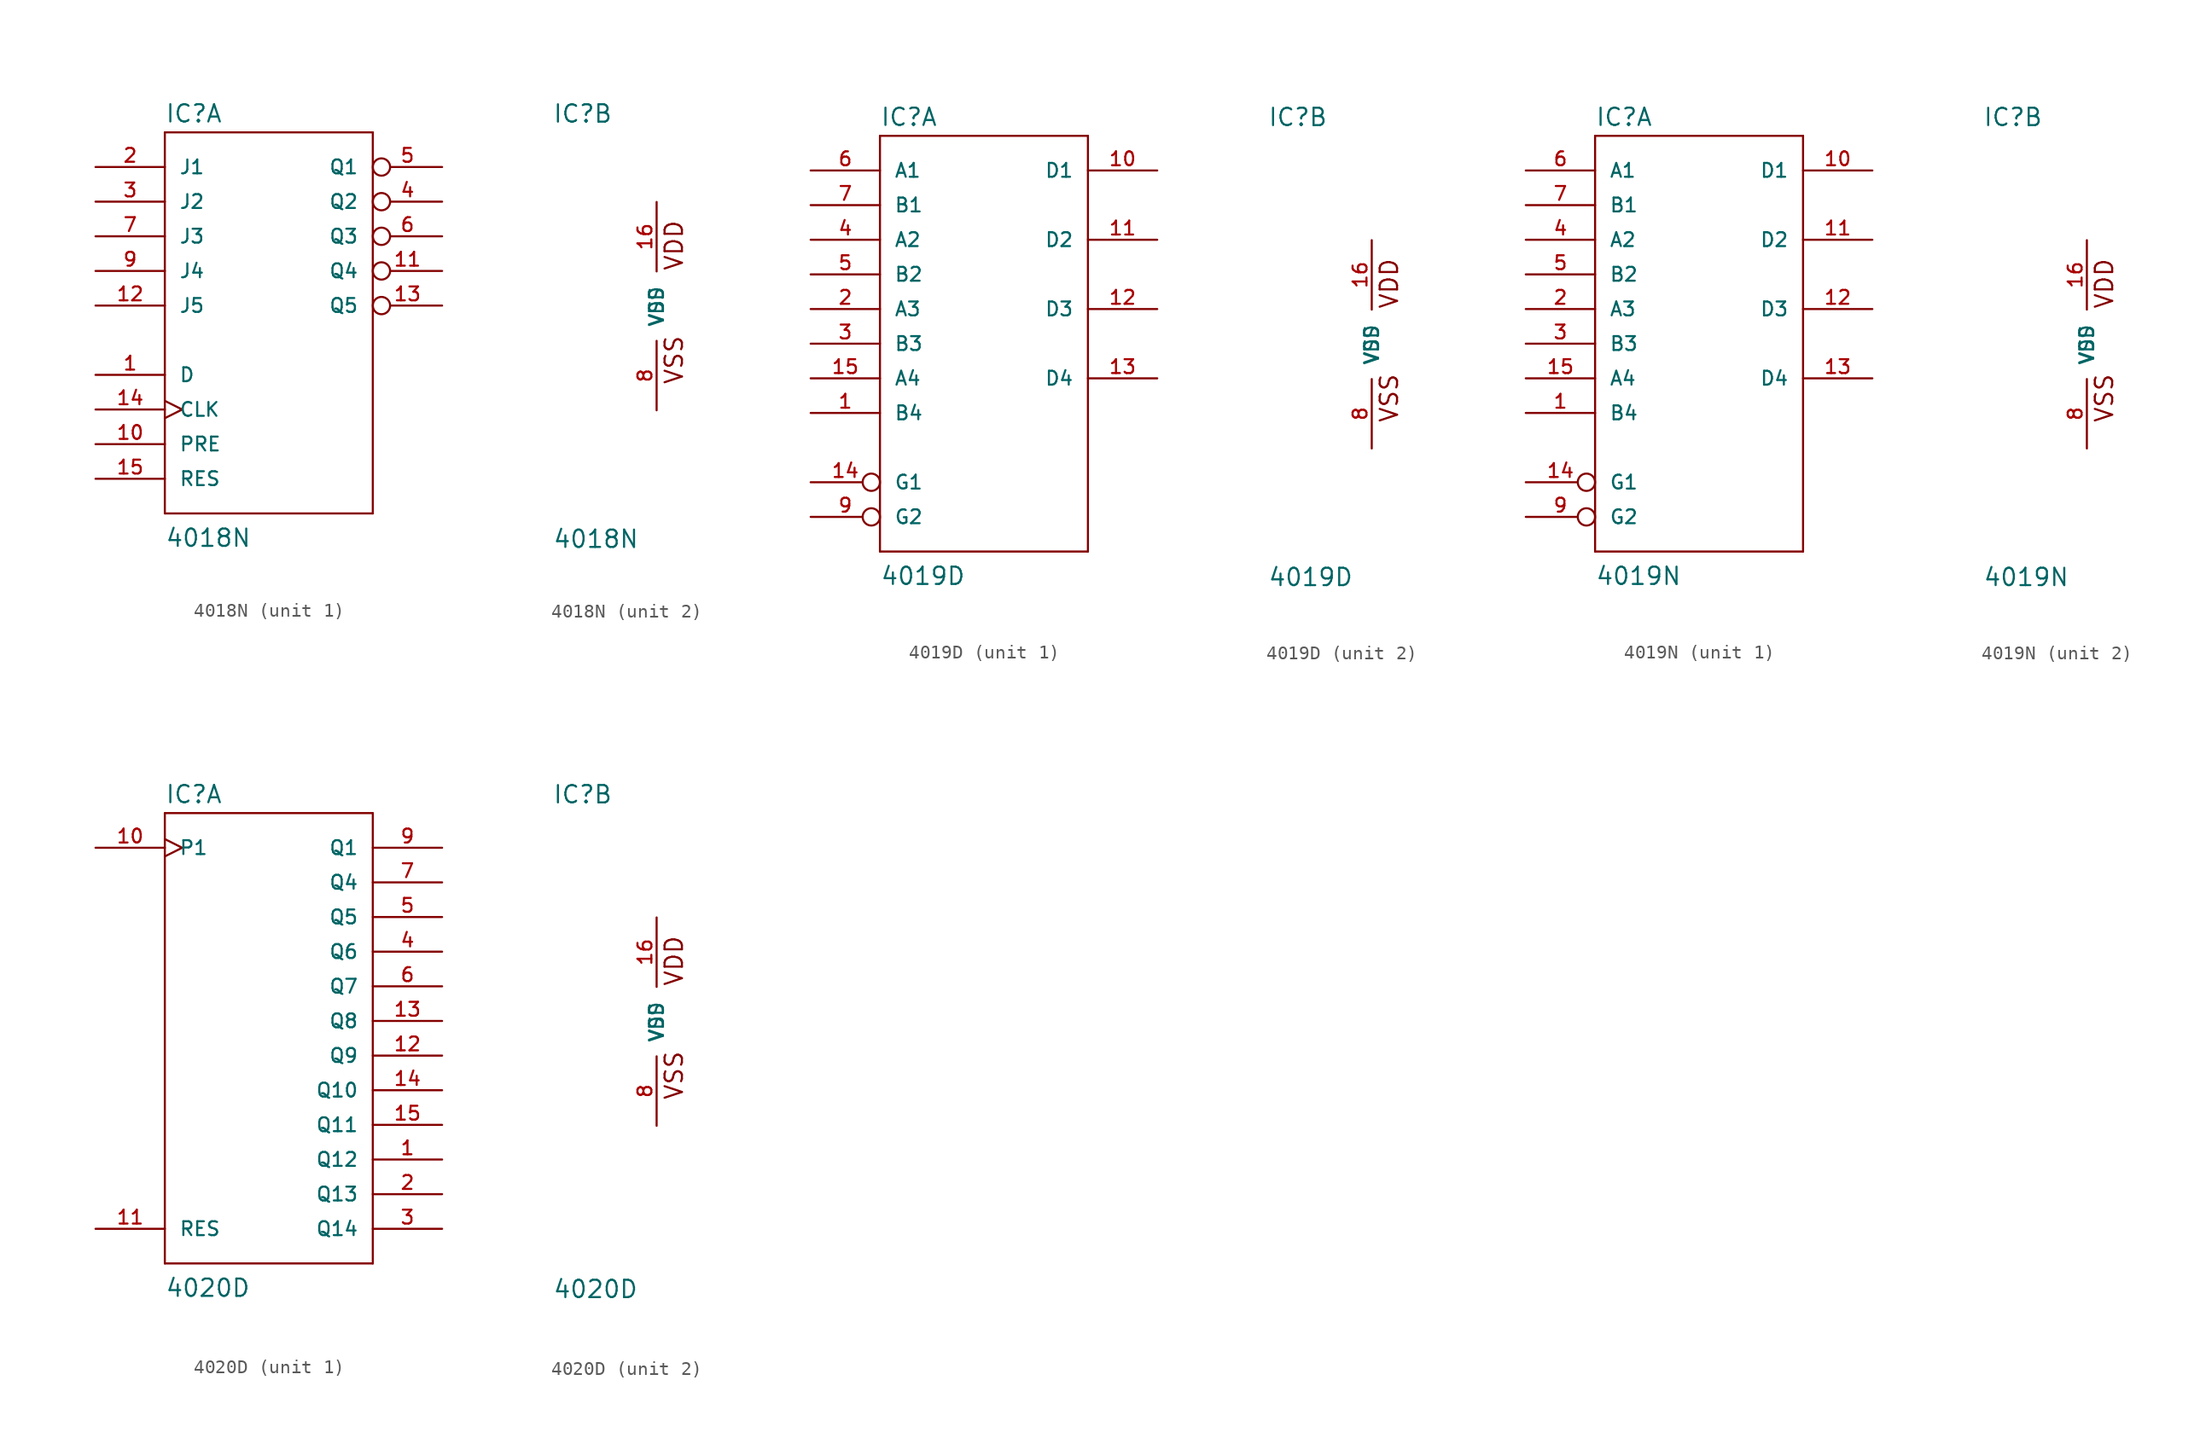
<source format=kicad_sym>
(kicad_symbol_lib
  (version 20211014)
  (generator kicad_symbol_editor)
  (symbol "4018N"
    (pin_names
      (offset 1.016))
    (property "Reference" "IC"
      (at -7.62 13.335 0)
      (effects (font (size 1.27 1.27)) (justify left bottom)))
    (property "Value" "4018N"
      (at -7.62 -17.78 0)
      (effects (font (size 1.27 1.27)) (justify left bottom)))
    (property "ki_locked" ""
      (at 0 0 0)
      (effects (font (size 1.27 1.27))))
    (symbol "4018N_1_0"
      (polyline (pts (xy -7.62 -15.24) (xy 7.62 -15.24)) (stroke (width 0) (type default) (color 0 0 0 0)) (fill (type none)))
      (polyline (pts (xy -7.62 12.7) (xy -7.62 -15.24)) (stroke (width 0) (type default) (color 0 0 0 0)) (fill (type none)))
      (polyline (pts (xy 7.62 -15.24) (xy 7.62 12.7)) (stroke (width 0) (type default) (color 0 0 0 0)) (fill (type none)))
      (polyline (pts (xy 7.62 12.7) (xy -7.62 12.7)) (stroke (width 0) (type default) (color 0 0 0 0)) (fill (type none))))
    (symbol "4018N_1_1"
      (pin input line (at -12.7 -5.08 0) (length 5.08) (name "D" (effects (font (size 1.016 1.016)))) (number "1" (effects (font (size 1.016 1.016)))))
      (pin input line (at -12.7 -10.16 0) (length 5.08) (name "PRE" (effects (font (size 1.016 1.016)))) (number "10" (effects (font (size 1.016 1.016)))))
      (pin output inverted (at 12.7 2.54 180) (length 5.08) (name "Q4" (effects (font (size 1.016 1.016)))) (number "11" (effects (font (size 1.016 1.016)))))
      (pin input line (at -12.7 0 0) (length 5.08) (name "J5" (effects (font (size 1.016 1.016)))) (number "12" (effects (font (size 1.016 1.016)))))
      (pin output inverted (at 12.7 0 180) (length 5.08) (name "Q5" (effects (font (size 1.016 1.016)))) (number "13" (effects (font (size 1.016 1.016)))))
      (pin input clock (at -12.7 -7.62 0) (length 5.08) (name "CLK" (effects (font (size 1.016 1.016)))) (number "14" (effects (font (size 1.016 1.016)))))
      (pin input line (at -12.7 -12.7 0) (length 5.08) (name "RES" (effects (font (size 1.016 1.016)))) (number "15" (effects (font (size 1.016 1.016)))))
      (pin input line (at -12.7 10.16 0) (length 5.08) (name "J1" (effects (font (size 1.016 1.016)))) (number "2" (effects (font (size 1.016 1.016)))))
      (pin input line (at -12.7 7.62 0) (length 5.08) (name "J2" (effects (font (size 1.016 1.016)))) (number "3" (effects (font (size 1.016 1.016)))))
      (pin output inverted (at 12.7 7.62 180) (length 5.08) (name "Q2" (effects (font (size 1.016 1.016)))) (number "4" (effects (font (size 1.016 1.016)))))
      (pin output inverted (at 12.7 10.16 180) (length 5.08) (name "Q1" (effects (font (size 1.016 1.016)))) (number "5" (effects (font (size 1.016 1.016)))))
      (pin output inverted (at 12.7 5.08 180) (length 5.08) (name "Q3" (effects (font (size 1.016 1.016)))) (number "6" (effects (font (size 1.016 1.016)))))
      (pin input line (at -12.7 5.08 0) (length 5.08) (name "J3" (effects (font (size 1.016 1.016)))) (number "7" (effects (font (size 1.016 1.016)))))
      (pin input line (at -12.7 2.54 0) (length 5.08) (name "J4" (effects (font (size 1.016 1.016)))) (number "9" (effects (font (size 1.016 1.016))))))
    (symbol "4018N_2_0"
      (text "VDD" (at 1.27 4.445 1) (effects (font (size 1.27 1.27))))
      (text "VSS" (at 1.27 -3.937 1) (effects (font (size 1.27 1.27)))))
    (symbol "4018N_2_1"
      (pin power_in line (at 0 7.62 270) (length 5.08) (name "VDD" (effects (font (size 1.016 1.016)))) (number "16" (effects (font (size 1.016 1.016)))))
      (pin power_in line (at 0 -7.62 90) (length 5.08) (name "VSS" (effects (font (size 1.016 1.016)))) (number "8" (effects (font (size 1.016 1.016)))))))
  (symbol "4019D"
    (pin_names
      (offset 1.016))
    (property "Reference" "IC"
      (at -7.62 15.875 0)
      (effects (font (size 1.27 1.27)) (justify left bottom)))
    (property "Value" "4019D"
      (at -7.62 -17.78 0)
      (effects (font (size 1.27 1.27)) (justify left bottom)))
    (property "ki_locked" ""
      (at 0 0 0)
      (effects (font (size 1.27 1.27))))
    (symbol "4019D_1_0"
      (polyline (pts (xy -7.62 -15.24) (xy 7.62 -15.24)) (stroke (width 0) (type default) (color 0 0 0 0)) (fill (type none)))
      (polyline (pts (xy -7.62 15.24) (xy -7.62 -15.24)) (stroke (width 0) (type default) (color 0 0 0 0)) (fill (type none)))
      (polyline (pts (xy 7.62 -15.24) (xy 7.62 15.24)) (stroke (width 0) (type default) (color 0 0 0 0)) (fill (type none)))
      (polyline (pts (xy 7.62 15.24) (xy -7.62 15.24)) (stroke (width 0) (type default) (color 0 0 0 0)) (fill (type none))))
    (symbol "4019D_1_1"
      (pin input line (at -12.7 -5.08 0) (length 5.08) (name "B4" (effects (font (size 1.016 1.016)))) (number "1" (effects (font (size 1.016 1.016)))))
      (pin output line (at 12.7 12.7 180) (length 5.08) (name "D1" (effects (font (size 1.016 1.016)))) (number "10" (effects (font (size 1.016 1.016)))))
      (pin output line (at 12.7 7.62 180) (length 5.08) (name "D2" (effects (font (size 1.016 1.016)))) (number "11" (effects (font (size 1.016 1.016)))))
      (pin output line (at 12.7 2.54 180) (length 5.08) (name "D3" (effects (font (size 1.016 1.016)))) (number "12" (effects (font (size 1.016 1.016)))))
      (pin output line (at 12.7 -2.54 180) (length 5.08) (name "D4" (effects (font (size 1.016 1.016)))) (number "13" (effects (font (size 1.016 1.016)))))
      (pin input inverted (at -12.7 -10.16 0) (length 5.08) (name "G1" (effects (font (size 1.016 1.016)))) (number "14" (effects (font (size 1.016 1.016)))))
      (pin input line (at -12.7 -2.54 0) (length 5.08) (name "A4" (effects (font (size 1.016 1.016)))) (number "15" (effects (font (size 1.016 1.016)))))
      (pin input line (at -12.7 2.54 0) (length 5.08) (name "A3" (effects (font (size 1.016 1.016)))) (number "2" (effects (font (size 1.016 1.016)))))
      (pin input line (at -12.7 0 0) (length 5.08) (name "B3" (effects (font (size 1.016 1.016)))) (number "3" (effects (font (size 1.016 1.016)))))
      (pin input line (at -12.7 7.62 0) (length 5.08) (name "A2" (effects (font (size 1.016 1.016)))) (number "4" (effects (font (size 1.016 1.016)))))
      (pin input line (at -12.7 5.08 0) (length 5.08) (name "B2" (effects (font (size 1.016 1.016)))) (number "5" (effects (font (size 1.016 1.016)))))
      (pin input line (at -12.7 12.7 0) (length 5.08) (name "A1" (effects (font (size 1.016 1.016)))) (number "6" (effects (font (size 1.016 1.016)))))
      (pin input line (at -12.7 10.16 0) (length 5.08) (name "B1" (effects (font (size 1.016 1.016)))) (number "7" (effects (font (size 1.016 1.016)))))
      (pin input inverted (at -12.7 -12.7 0) (length 5.08) (name "G2" (effects (font (size 1.016 1.016)))) (number "9" (effects (font (size 1.016 1.016))))))
    (symbol "4019D_2_0"
      (text "VDD" (at 1.27 4.445 1) (effects (font (size 1.27 1.27))))
      (text "VSS" (at 1.27 -3.937 1) (effects (font (size 1.27 1.27)))))
    (symbol "4019D_2_1"
      (pin power_in line (at 0 7.62 270) (length 5.08) (name "VDD" (effects (font (size 1.016 1.016)))) (number "16" (effects (font (size 1.016 1.016)))))
      (pin power_in line (at 0 -7.62 90) (length 5.08) (name "VSS" (effects (font (size 1.016 1.016)))) (number "8" (effects (font (size 1.016 1.016)))))))
  (symbol "4019N"
    (pin_names
      (offset 1.016))
    (property "Reference" "IC"
      (at -7.62 15.875 0)
      (effects (font (size 1.27 1.27)) (justify left bottom)))
    (property "Value" "4019N"
      (at -7.62 -17.78 0)
      (effects (font (size 1.27 1.27)) (justify left bottom)))
    (property "ki_locked" ""
      (at 0 0 0)
      (effects (font (size 1.27 1.27))))
    (symbol "4019N_1_0"
      (polyline (pts (xy -7.62 -15.24) (xy 7.62 -15.24)) (stroke (width 0) (type default) (color 0 0 0 0)) (fill (type none)))
      (polyline (pts (xy -7.62 15.24) (xy -7.62 -15.24)) (stroke (width 0) (type default) (color 0 0 0 0)) (fill (type none)))
      (polyline (pts (xy 7.62 -15.24) (xy 7.62 15.24)) (stroke (width 0) (type default) (color 0 0 0 0)) (fill (type none)))
      (polyline (pts (xy 7.62 15.24) (xy -7.62 15.24)) (stroke (width 0) (type default) (color 0 0 0 0)) (fill (type none))))
    (symbol "4019N_1_1"
      (pin input line (at -12.7 -5.08 0) (length 5.08) (name "B4" (effects (font (size 1.016 1.016)))) (number "1" (effects (font (size 1.016 1.016)))))
      (pin output line (at 12.7 12.7 180) (length 5.08) (name "D1" (effects (font (size 1.016 1.016)))) (number "10" (effects (font (size 1.016 1.016)))))
      (pin output line (at 12.7 7.62 180) (length 5.08) (name "D2" (effects (font (size 1.016 1.016)))) (number "11" (effects (font (size 1.016 1.016)))))
      (pin output line (at 12.7 2.54 180) (length 5.08) (name "D3" (effects (font (size 1.016 1.016)))) (number "12" (effects (font (size 1.016 1.016)))))
      (pin output line (at 12.7 -2.54 180) (length 5.08) (name "D4" (effects (font (size 1.016 1.016)))) (number "13" (effects (font (size 1.016 1.016)))))
      (pin input inverted (at -12.7 -10.16 0) (length 5.08) (name "G1" (effects (font (size 1.016 1.016)))) (number "14" (effects (font (size 1.016 1.016)))))
      (pin input line (at -12.7 -2.54 0) (length 5.08) (name "A4" (effects (font (size 1.016 1.016)))) (number "15" (effects (font (size 1.016 1.016)))))
      (pin input line (at -12.7 2.54 0) (length 5.08) (name "A3" (effects (font (size 1.016 1.016)))) (number "2" (effects (font (size 1.016 1.016)))))
      (pin input line (at -12.7 0 0) (length 5.08) (name "B3" (effects (font (size 1.016 1.016)))) (number "3" (effects (font (size 1.016 1.016)))))
      (pin input line (at -12.7 7.62 0) (length 5.08) (name "A2" (effects (font (size 1.016 1.016)))) (number "4" (effects (font (size 1.016 1.016)))))
      (pin input line (at -12.7 5.08 0) (length 5.08) (name "B2" (effects (font (size 1.016 1.016)))) (number "5" (effects (font (size 1.016 1.016)))))
      (pin input line (at -12.7 12.7 0) (length 5.08) (name "A1" (effects (font (size 1.016 1.016)))) (number "6" (effects (font (size 1.016 1.016)))))
      (pin input line (at -12.7 10.16 0) (length 5.08) (name "B1" (effects (font (size 1.016 1.016)))) (number "7" (effects (font (size 1.016 1.016)))))
      (pin input inverted (at -12.7 -12.7 0) (length 5.08) (name "G2" (effects (font (size 1.016 1.016)))) (number "9" (effects (font (size 1.016 1.016))))))
    (symbol "4019N_2_0"
      (text "VDD" (at 1.27 4.445 1) (effects (font (size 1.27 1.27))))
      (text "VSS" (at 1.27 -3.937 1) (effects (font (size 1.27 1.27)))))
    (symbol "4019N_2_1"
      (pin power_in line (at 0 7.62 270) (length 5.08) (name "VDD" (effects (font (size 1.016 1.016)))) (number "16" (effects (font (size 1.016 1.016)))))
      (pin power_in line (at 0 -7.62 90) (length 5.08) (name "VSS" (effects (font (size 1.016 1.016)))) (number "8" (effects (font (size 1.016 1.016)))))))
  (symbol "4020D"
    (pin_names
      (offset 1.016))
    (property "Reference" "IC"
      (at -7.62 15.875 0)
      (effects (font (size 1.27 1.27)) (justify left bottom)))
    (property "Value" "4020D"
      (at -7.62 -20.32 0)
      (effects (font (size 1.27 1.27)) (justify left bottom)))
    (property "ki_locked" ""
      (at 0 0 0)
      (effects (font (size 1.27 1.27))))
    (symbol "4020D_1_0"
      (polyline (pts (xy -7.62 -17.78) (xy 7.62 -17.78)) (stroke (width 0) (type default) (color 0 0 0 0)) (fill (type none)))
      (polyline (pts (xy -7.62 15.24) (xy -7.62 -17.78)) (stroke (width 0) (type default) (color 0 0 0 0)) (fill (type none)))
      (polyline (pts (xy 7.62 -17.78) (xy 7.62 15.24)) (stroke (width 0) (type default) (color 0 0 0 0)) (fill (type none)))
      (polyline (pts (xy 7.62 15.24) (xy -7.62 15.24)) (stroke (width 0) (type default) (color 0 0 0 0)) (fill (type none))))
    (symbol "4020D_1_1"
      (pin output line (at 12.7 -10.16 180) (length 5.08) (name "Q12" (effects (font (size 1.016 1.016)))) (number "1" (effects (font (size 1.016 1.016)))))
      (pin input clock (at -12.7 12.7 0) (length 5.08) (name "P1" (effects (font (size 1.016 1.016)))) (number "10" (effects (font (size 1.016 1.016)))))
      (pin input line (at -12.7 -15.24 0) (length 5.08) (name "RES" (effects (font (size 1.016 1.016)))) (number "11" (effects (font (size 1.016 1.016)))))
      (pin output line (at 12.7 -2.54 180) (length 5.08) (name "Q9" (effects (font (size 1.016 1.016)))) (number "12" (effects (font (size 1.016 1.016)))))
      (pin output line (at 12.7 0 180) (length 5.08) (name "Q8" (effects (font (size 1.016 1.016)))) (number "13" (effects (font (size 1.016 1.016)))))
      (pin output line (at 12.7 -5.08 180) (length 5.08) (name "Q10" (effects (font (size 1.016 1.016)))) (number "14" (effects (font (size 1.016 1.016)))))
      (pin output line (at 12.7 -7.62 180) (length 5.08) (name "Q11" (effects (font (size 1.016 1.016)))) (number "15" (effects (font (size 1.016 1.016)))))
      (pin output line (at 12.7 -12.7 180) (length 5.08) (name "Q13" (effects (font (size 1.016 1.016)))) (number "2" (effects (font (size 1.016 1.016)))))
      (pin output line (at 12.7 -15.24 180) (length 5.08) (name "Q14" (effects (font (size 1.016 1.016)))) (number "3" (effects (font (size 1.016 1.016)))))
      (pin output line (at 12.7 5.08 180) (length 5.08) (name "Q6" (effects (font (size 1.016 1.016)))) (number "4" (effects (font (size 1.016 1.016)))))
      (pin output line (at 12.7 7.62 180) (length 5.08) (name "Q5" (effects (font (size 1.016 1.016)))) (number "5" (effects (font (size 1.016 1.016)))))
      (pin output line (at 12.7 2.54 180) (length 5.08) (name "Q7" (effects (font (size 1.016 1.016)))) (number "6" (effects (font (size 1.016 1.016)))))
      (pin output line (at 12.7 10.16 180) (length 5.08) (name "Q4" (effects (font (size 1.016 1.016)))) (number "7" (effects (font (size 1.016 1.016)))))
      (pin output line (at 12.7 12.7 180) (length 5.08) (name "Q1" (effects (font (size 1.016 1.016)))) (number "9" (effects (font (size 1.016 1.016))))))
    (symbol "4020D_2_0"
      (text "VDD" (at 1.27 4.445 1) (effects (font (size 1.27 1.27))))
      (text "VSS" (at 1.27 -3.937 1) (effects (font (size 1.27 1.27)))))
    (symbol "4020D_2_1"
      (pin power_in line (at 0 7.62 270) (length 5.08) (name "VDD" (effects (font (size 1.016 1.016)))) (number "16" (effects (font (size 1.016 1.016)))))
      (pin power_in line (at 0 -7.62 90) (length 5.08) (name "VSS" (effects (font (size 1.016 1.016)))) (number "8" (effects (font (size 1.016 1.016))))))))
</source>
